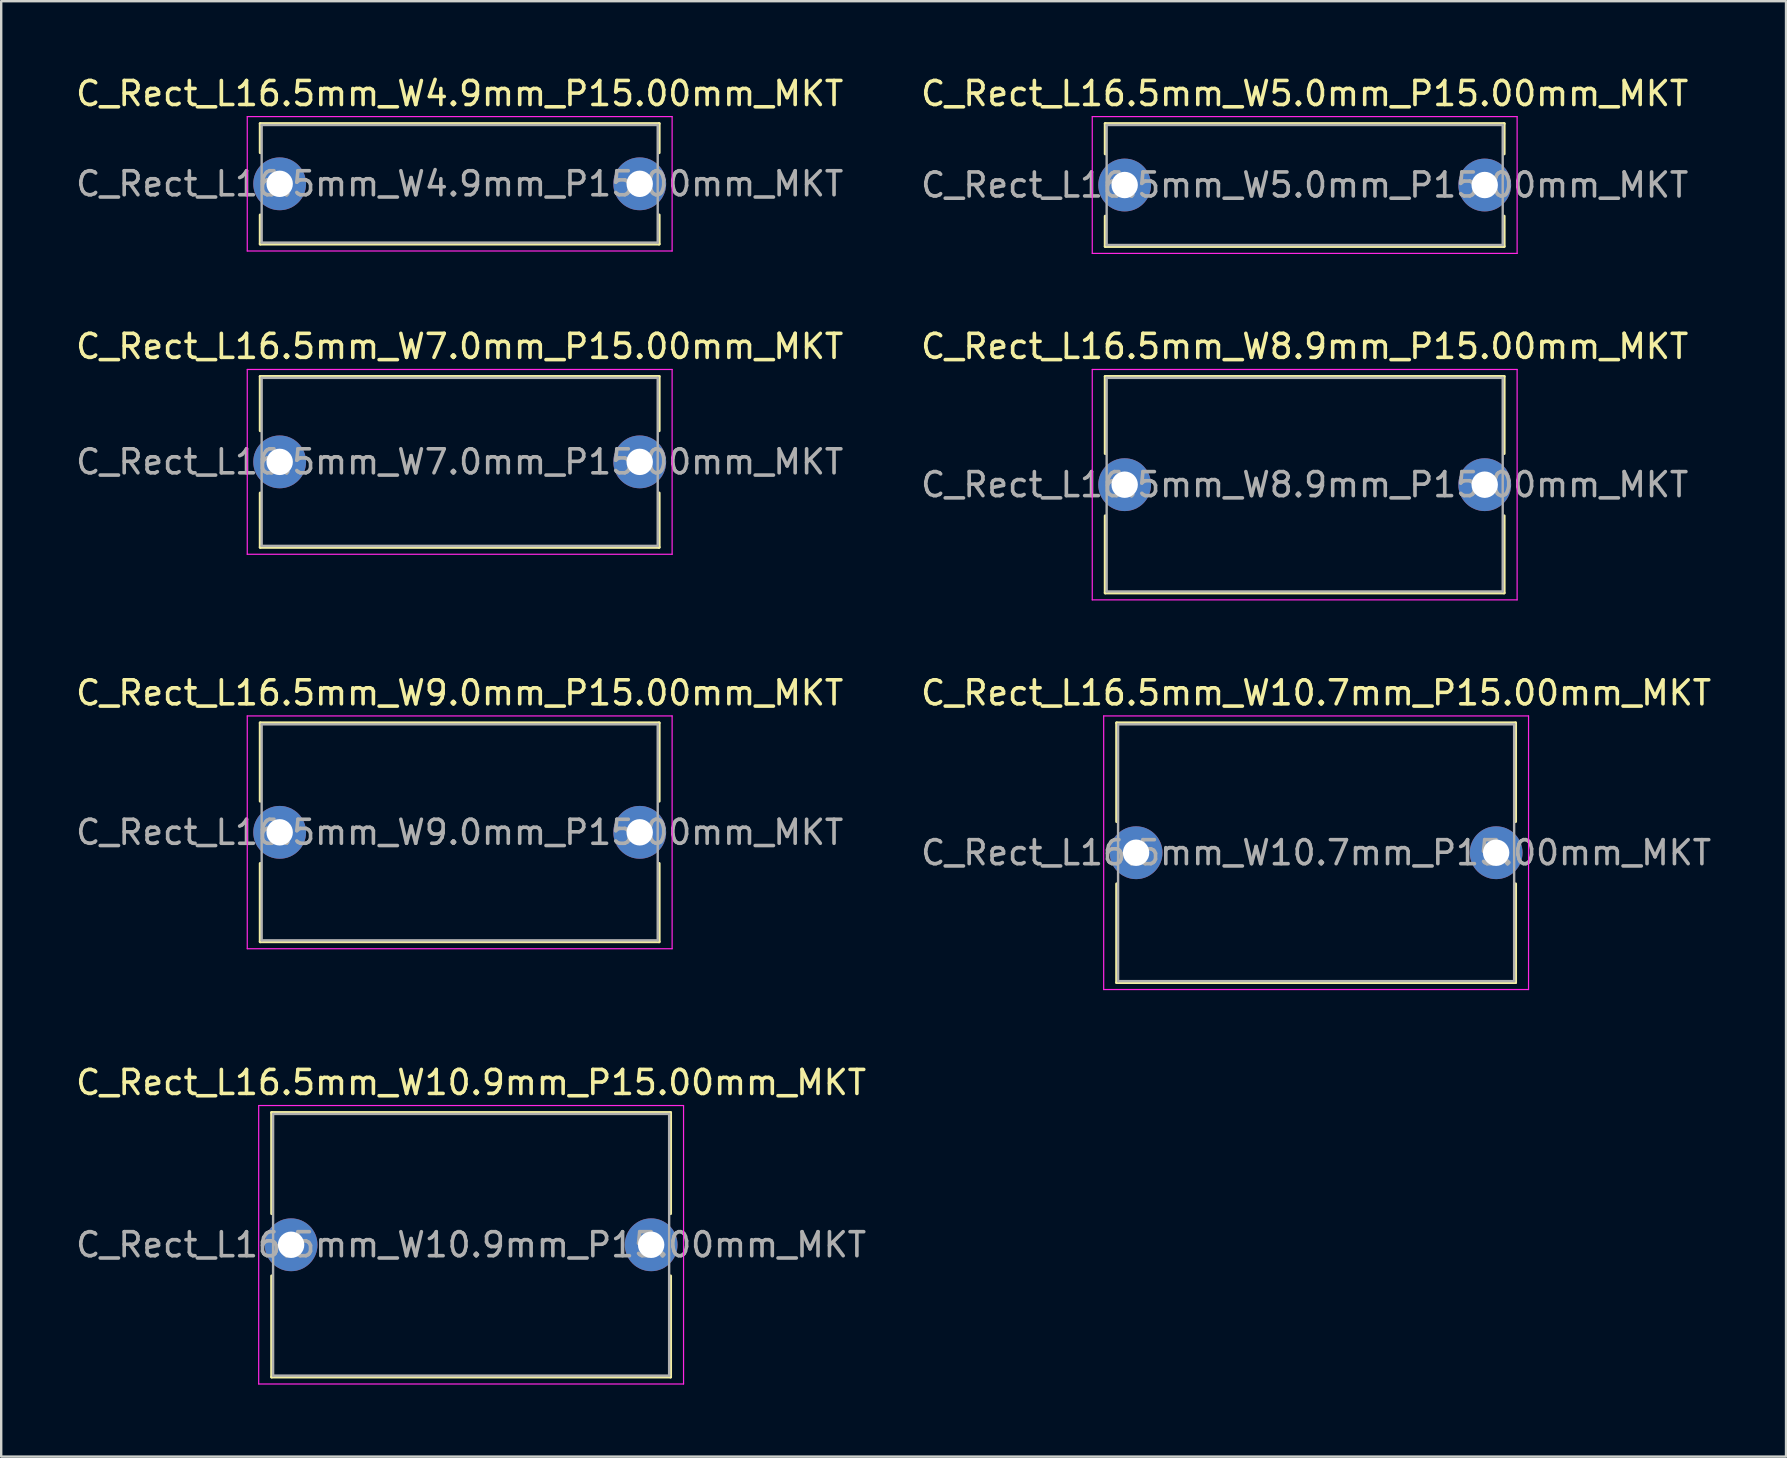
<source format=kicad_pcb>
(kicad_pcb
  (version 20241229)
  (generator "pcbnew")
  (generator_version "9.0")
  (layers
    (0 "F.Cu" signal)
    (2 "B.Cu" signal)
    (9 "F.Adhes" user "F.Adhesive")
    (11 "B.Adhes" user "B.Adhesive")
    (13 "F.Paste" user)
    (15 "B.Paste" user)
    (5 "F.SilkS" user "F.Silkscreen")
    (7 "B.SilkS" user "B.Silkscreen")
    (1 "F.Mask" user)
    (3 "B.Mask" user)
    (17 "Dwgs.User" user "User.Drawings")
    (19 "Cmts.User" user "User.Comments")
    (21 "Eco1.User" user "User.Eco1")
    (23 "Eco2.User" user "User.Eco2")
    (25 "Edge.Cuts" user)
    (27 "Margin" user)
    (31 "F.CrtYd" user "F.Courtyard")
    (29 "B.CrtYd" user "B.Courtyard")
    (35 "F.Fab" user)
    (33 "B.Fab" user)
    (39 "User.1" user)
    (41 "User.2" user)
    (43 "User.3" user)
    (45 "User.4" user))
  (footprint "C_Rect_L16.5mm_W5.0mm_P15.00mm_MKT"
    (layer "F.Cu")
    (at 43.804 4.658)
    (property "Reference" "C_Rect_L16.5mm_W5.0mm_P15.00mm_MKT" (at 7.5 -3.81 0) (layer "F.SilkS") (effects (font (size 1 1) (thickness 0.15))))
    (attr through_hole)
    (fp_line (start -0.81 -2.56) (end -0.81 -1.296) (stroke (width 0.12) (type solid)) (layer "F.SilkS"))
    (fp_line (start -0.81 -2.56) (end 15.81 -2.56) (stroke (width 0.12) (type solid)) (layer "F.SilkS"))
    (fp_line (start -0.81 1.296) (end -0.81 2.56) (stroke (width 0.12) (type solid)) (layer "F.SilkS"))
    (fp_line (start -0.81 2.56) (end 15.81 2.56) (stroke (width 0.12) (type solid)) (layer "F.SilkS"))
    (fp_line (start 15.81 -2.56) (end 15.81 -1.296) (stroke (width 0.12) (type solid)) (layer "F.SilkS"))
    (fp_line (start 15.81 1.296) (end 15.81 2.56) (stroke (width 0.12) (type solid)) (layer "F.SilkS"))
    (fp_line (start -1.35 -2.85) (end -1.35 2.85) (stroke (width 0.05) (type solid)) (layer "F.CrtYd"))
    (fp_line (start -1.35 2.85) (end 16.35 2.85) (stroke (width 0.05) (type solid)) (layer "F.CrtYd"))
    (fp_line (start 16.35 -2.85) (end -1.35 -2.85) (stroke (width 0.05) (type solid)) (layer "F.CrtYd"))
    (fp_line (start 16.35 2.85) (end 16.35 -2.85) (stroke (width 0.05) (type solid)) (layer "F.CrtYd"))
    (fp_line (start -0.75 -2.5) (end -0.75 2.5) (stroke (width 0.1) (type solid)) (layer "F.Fab"))
    (fp_line (start -0.75 2.5) (end 15.75 2.5) (stroke (width 0.1) (type solid)) (layer "F.Fab"))
    (fp_line (start 15.75 -2.5) (end -0.75 -2.5) (stroke (width 0.1) (type solid)) (layer "F.Fab"))
    (fp_line (start 15.75 2.5) (end 15.75 -2.5) (stroke (width 0.1) (type solid)) (layer "F.Fab"))
    (fp_text user "${REFERENCE}" (at 7.5 0 0) (layer "F.Fab") (effects (font (size 1 1) (thickness 0.15))))
    (pad "1" thru_hole circle (at 0 0) (size 2.2 2.2) (drill 1.1) (layers "*.Cu" "*.Mask"))
    (pad "2" thru_hole circle (at 15 0) (size 2.2 2.2) (drill 1.1) (layers "*.Cu" "*.Mask")))
  (footprint "C_Rect_L16.5mm_W9.0mm_P15.00mm_MKT"
    (layer "F.Cu")
    (at 8.601 31.625)
    (property "Reference" "C_Rect_L16.5mm_W9.0mm_P15.00mm_MKT" (at 7.5 -5.81 0) (layer "F.SilkS") (effects (font (size 1 1) (thickness 0.15))))
    (attr through_hole)
    (fp_line (start -0.81 -4.56) (end -0.81 -1.296) (stroke (width 0.12) (type solid)) (layer "F.SilkS"))
    (fp_line (start -0.81 -4.56) (end 15.81 -4.56) (stroke (width 0.12) (type solid)) (layer "F.SilkS"))
    (fp_line (start -0.81 1.296) (end -0.81 4.56) (stroke (width 0.12) (type solid)) (layer "F.SilkS"))
    (fp_line (start -0.81 4.56) (end 15.81 4.56) (stroke (width 0.12) (type solid)) (layer "F.SilkS"))
    (fp_line (start 15.81 -4.56) (end 15.81 -1.296) (stroke (width 0.12) (type solid)) (layer "F.SilkS"))
    (fp_line (start 15.81 1.296) (end 15.81 4.56) (stroke (width 0.12) (type solid)) (layer "F.SilkS"))
    (fp_line (start -1.35 -4.85) (end -1.35 4.85) (stroke (width 0.05) (type solid)) (layer "F.CrtYd"))
    (fp_line (start -1.35 4.85) (end 16.35 4.85) (stroke (width 0.05) (type solid)) (layer "F.CrtYd"))
    (fp_line (start 16.35 -4.85) (end -1.35 -4.85) (stroke (width 0.05) (type solid)) (layer "F.CrtYd"))
    (fp_line (start 16.35 4.85) (end 16.35 -4.85) (stroke (width 0.05) (type solid)) (layer "F.CrtYd"))
    (fp_line (start -0.75 -4.5) (end -0.75 4.5) (stroke (width 0.1) (type solid)) (layer "F.Fab"))
    (fp_line (start -0.75 4.5) (end 15.75 4.5) (stroke (width 0.1) (type solid)) (layer "F.Fab"))
    (fp_line (start 15.75 -4.5) (end -0.75 -4.5) (stroke (width 0.1) (type solid)) (layer "F.Fab"))
    (fp_line (start 15.75 4.5) (end 15.75 -4.5) (stroke (width 0.1) (type solid)) (layer "F.Fab"))
    (fp_text user "${REFERENCE}" (at 7.5 0 0) (layer "F.Fab") (effects (font (size 1 1) (thickness 0.15))))
    (pad "1" thru_hole circle (at 0 0) (size 2.2 2.2) (drill 1.1) (layers "*.Cu" "*.Mask"))
    (pad "2" thru_hole circle (at 15 0) (size 2.2 2.2) (drill 1.1) (layers "*.Cu" "*.Mask")))
  (footprint "C_Rect_L16.5mm_W10.9mm_P15.00mm_MKT"
    (layer "F.Cu")
    (at 9.077 48.808)
    (property "Reference" "C_Rect_L16.5mm_W10.9mm_P15.00mm_MKT" (at 7.5 -6.76 0) (layer "F.SilkS") (effects (font (size 1 1) (thickness 0.15))))
    (attr through_hole)
    (fp_line (start -0.81 -5.51) (end -0.81 -1.296) (stroke (width 0.12) (type solid)) (layer "F.SilkS"))
    (fp_line (start -0.81 -5.51) (end 15.81 -5.51) (stroke (width 0.12) (type solid)) (layer "F.SilkS"))
    (fp_line (start -0.81 1.296) (end -0.81 5.51) (stroke (width 0.12) (type solid)) (layer "F.SilkS"))
    (fp_line (start -0.81 5.51) (end 15.81 5.51) (stroke (width 0.12) (type solid)) (layer "F.SilkS"))
    (fp_line (start 15.81 -5.51) (end 15.81 -1.296) (stroke (width 0.12) (type solid)) (layer "F.SilkS"))
    (fp_line (start 15.81 1.296) (end 15.81 5.51) (stroke (width 0.12) (type solid)) (layer "F.SilkS"))
    (fp_line (start -1.35 -5.8) (end -1.35 5.8) (stroke (width 0.05) (type solid)) (layer "F.CrtYd"))
    (fp_line (start -1.35 5.8) (end 16.35 5.8) (stroke (width 0.05) (type solid)) (layer "F.CrtYd"))
    (fp_line (start 16.35 -5.8) (end -1.35 -5.8) (stroke (width 0.05) (type solid)) (layer "F.CrtYd"))
    (fp_line (start 16.35 5.8) (end 16.35 -5.8) (stroke (width 0.05) (type solid)) (layer "F.CrtYd"))
    (fp_line (start -0.75 -5.45) (end -0.75 5.45) (stroke (width 0.1) (type solid)) (layer "F.Fab"))
    (fp_line (start -0.75 5.45) (end 15.75 5.45) (stroke (width 0.1) (type solid)) (layer "F.Fab"))
    (fp_line (start 15.75 -5.45) (end -0.75 -5.45) (stroke (width 0.1) (type solid)) (layer "F.Fab"))
    (fp_line (start 15.75 5.45) (end 15.75 -5.45) (stroke (width 0.1) (type solid)) (layer "F.Fab"))
    (fp_text user "${REFERENCE}" (at 7.5 0 0) (layer "F.Fab") (effects (font (size 1 1) (thickness 0.15))))
    (pad "1" thru_hole circle (at 0 0) (size 2.2 2.2) (drill 1.1) (layers "*.Cu" "*.Mask"))
    (pad "2" thru_hole circle (at 15 0) (size 2.2 2.2) (drill 1.1) (layers "*.Cu" "*.Mask")))
  (footprint "C_Rect_L16.5mm_W8.9mm_P15.00mm_MKT"
    (layer "F.Cu")
    (at 43.804 17.142)
    (property "Reference" "C_Rect_L16.5mm_W8.9mm_P15.00mm_MKT" (at 7.5 -5.76 0) (layer "F.SilkS") (effects (font (size 1 1) (thickness 0.15))))
    (attr through_hole)
    (fp_line (start -0.81 -4.51) (end -0.81 -1.296) (stroke (width 0.12) (type solid)) (layer "F.SilkS"))
    (fp_line (start -0.81 -4.51) (end 15.81 -4.51) (stroke (width 0.12) (type solid)) (layer "F.SilkS"))
    (fp_line (start -0.81 1.296) (end -0.81 4.51) (stroke (width 0.12) (type solid)) (layer "F.SilkS"))
    (fp_line (start -0.81 4.51) (end 15.81 4.51) (stroke (width 0.12) (type solid)) (layer "F.SilkS"))
    (fp_line (start 15.81 -4.51) (end 15.81 -1.296) (stroke (width 0.12) (type solid)) (layer "F.SilkS"))
    (fp_line (start 15.81 1.296) (end 15.81 4.51) (stroke (width 0.12) (type solid)) (layer "F.SilkS"))
    (fp_line (start -1.35 -4.8) (end -1.35 4.8) (stroke (width 0.05) (type solid)) (layer "F.CrtYd"))
    (fp_line (start -1.35 4.8) (end 16.35 4.8) (stroke (width 0.05) (type solid)) (layer "F.CrtYd"))
    (fp_line (start 16.35 -4.8) (end -1.35 -4.8) (stroke (width 0.05) (type solid)) (layer "F.CrtYd"))
    (fp_line (start 16.35 4.8) (end 16.35 -4.8) (stroke (width 0.05) (type solid)) (layer "F.CrtYd"))
    (fp_line (start -0.75 -4.45) (end -0.75 4.45) (stroke (width 0.1) (type solid)) (layer "F.Fab"))
    (fp_line (start -0.75 4.45) (end 15.75 4.45) (stroke (width 0.1) (type solid)) (layer "F.Fab"))
    (fp_line (start 15.75 -4.45) (end -0.75 -4.45) (stroke (width 0.1) (type solid)) (layer "F.Fab"))
    (fp_line (start 15.75 4.45) (end 15.75 -4.45) (stroke (width 0.1) (type solid)) (layer "F.Fab"))
    (fp_text user "${REFERENCE}" (at 7.5 0 0) (layer "F.Fab") (effects (font (size 1 1) (thickness 0.15))))
    (pad "1" thru_hole circle (at 0 0) (size 2.2 2.2) (drill 1.1) (layers "*.Cu" "*.Mask"))
    (pad "2" thru_hole circle (at 15 0) (size 2.2 2.2) (drill 1.1) (layers "*.Cu" "*.Mask")))
  (footprint "C_Rect_L16.5mm_W4.9mm_P15.00mm_MKT"
    (layer "F.Cu")
    (at 8.601 4.608)
    (property "Reference" "C_Rect_L16.5mm_W4.9mm_P15.00mm_MKT" (at 7.5 -3.76 0) (layer "F.SilkS") (effects (font (size 1 1) (thickness 0.15))))
    (attr through_hole)
    (fp_line (start -0.81 -2.51) (end -0.81 -1.296) (stroke (width 0.12) (type solid)) (layer "F.SilkS"))
    (fp_line (start -0.81 -2.51) (end 15.81 -2.51) (stroke (width 0.12) (type solid)) (layer "F.SilkS"))
    (fp_line (start -0.81 1.296) (end -0.81 2.51) (stroke (width 0.12) (type solid)) (layer "F.SilkS"))
    (fp_line (start -0.81 2.51) (end 15.81 2.51) (stroke (width 0.12) (type solid)) (layer "F.SilkS"))
    (fp_line (start 15.81 -2.51) (end 15.81 -1.296) (stroke (width 0.12) (type solid)) (layer "F.SilkS"))
    (fp_line (start 15.81 1.296) (end 15.81 2.51) (stroke (width 0.12) (type solid)) (layer "F.SilkS"))
    (fp_line (start -1.35 -2.8) (end -1.35 2.8) (stroke (width 0.05) (type solid)) (layer "F.CrtYd"))
    (fp_line (start -1.35 2.8) (end 16.35 2.8) (stroke (width 0.05) (type solid)) (layer "F.CrtYd"))
    (fp_line (start 16.35 -2.8) (end -1.35 -2.8) (stroke (width 0.05) (type solid)) (layer "F.CrtYd"))
    (fp_line (start 16.35 2.8) (end 16.35 -2.8) (stroke (width 0.05) (type solid)) (layer "F.CrtYd"))
    (fp_line (start -0.75 -2.45) (end -0.75 2.45) (stroke (width 0.1) (type solid)) (layer "F.Fab"))
    (fp_line (start -0.75 2.45) (end 15.75 2.45) (stroke (width 0.1) (type solid)) (layer "F.Fab"))
    (fp_line (start 15.75 -2.45) (end -0.75 -2.45) (stroke (width 0.1) (type solid)) (layer "F.Fab"))
    (fp_line (start 15.75 2.45) (end 15.75 -2.45) (stroke (width 0.1) (type solid)) (layer "F.Fab"))
    (fp_text user "${REFERENCE}" (at 7.5 0 0) (layer "F.Fab") (effects (font (size 1 1) (thickness 0.15))))
    (pad "1" thru_hole circle (at 0 0) (size 2.2 2.2) (drill 1.1) (layers "*.Cu" "*.Mask"))
    (pad "2" thru_hole circle (at 15 0) (size 2.2 2.2) (drill 1.1) (layers "*.Cu" "*.Mask")))
  (footprint "C_Rect_L16.5mm_W7.0mm_P15.00mm_MKT"
    (layer "F.Cu")
    (at 8.601 16.192)
    (property "Reference" "C_Rect_L16.5mm_W7.0mm_P15.00mm_MKT" (at 7.5 -4.81 0) (layer "F.SilkS") (effects (font (size 1 1) (thickness 0.15))))
    (attr through_hole)
    (fp_line (start -0.81 -3.56) (end -0.81 -1.296) (stroke (width 0.12) (type solid)) (layer "F.SilkS"))
    (fp_line (start -0.81 -3.56) (end 15.81 -3.56) (stroke (width 0.12) (type solid)) (layer "F.SilkS"))
    (fp_line (start -0.81 1.296) (end -0.81 3.56) (stroke (width 0.12) (type solid)) (layer "F.SilkS"))
    (fp_line (start -0.81 3.56) (end 15.81 3.56) (stroke (width 0.12) (type solid)) (layer "F.SilkS"))
    (fp_line (start 15.81 -3.56) (end 15.81 -1.296) (stroke (width 0.12) (type solid)) (layer "F.SilkS"))
    (fp_line (start 15.81 1.296) (end 15.81 3.56) (stroke (width 0.12) (type solid)) (layer "F.SilkS"))
    (fp_line (start -1.35 -3.85) (end -1.35 3.85) (stroke (width 0.05) (type solid)) (layer "F.CrtYd"))
    (fp_line (start -1.35 3.85) (end 16.35 3.85) (stroke (width 0.05) (type solid)) (layer "F.CrtYd"))
    (fp_line (start 16.35 -3.85) (end -1.35 -3.85) (stroke (width 0.05) (type solid)) (layer "F.CrtYd"))
    (fp_line (start 16.35 3.85) (end 16.35 -3.85) (stroke (width 0.05) (type solid)) (layer "F.CrtYd"))
    (fp_line (start -0.75 -3.5) (end -0.75 3.5) (stroke (width 0.1) (type solid)) (layer "F.Fab"))
    (fp_line (start -0.75 3.5) (end 15.75 3.5) (stroke (width 0.1) (type solid)) (layer "F.Fab"))
    (fp_line (start 15.75 -3.5) (end -0.75 -3.5) (stroke (width 0.1) (type solid)) (layer "F.Fab"))
    (fp_line (start 15.75 3.5) (end 15.75 -3.5) (stroke (width 0.1) (type solid)) (layer "F.Fab"))
    (fp_text user "${REFERENCE}" (at 7.5 0 0) (layer "F.Fab") (effects (font (size 1 1) (thickness 0.15))))
    (pad "1" thru_hole circle (at 0 0) (size 2.2 2.2) (drill 1.1) (layers "*.Cu" "*.Mask"))
    (pad "2" thru_hole circle (at 15 0) (size 2.2 2.2) (drill 1.1) (layers "*.Cu" "*.Mask")))
  (footprint "C_Rect_L16.5mm_W10.7mm_P15.00mm_MKT"
    (layer "F.Cu")
    (at 44.28 32.475)
    (property "Reference" "C_Rect_L16.5mm_W10.7mm_P15.00mm_MKT" (at 7.5 -6.66 0) (layer "F.SilkS") (effects (font (size 1 1) (thickness 0.15))))
    (attr through_hole)
    (fp_line (start -0.81 -5.41) (end -0.81 -1.296) (stroke (width 0.12) (type solid)) (layer "F.SilkS"))
    (fp_line (start -0.81 -5.41) (end 15.81 -5.41) (stroke (width 0.12) (type solid)) (layer "F.SilkS"))
    (fp_line (start -0.81 1.296) (end -0.81 5.41) (stroke (width 0.12) (type solid)) (layer "F.SilkS"))
    (fp_line (start -0.81 5.41) (end 15.81 5.41) (stroke (width 0.12) (type solid)) (layer "F.SilkS"))
    (fp_line (start 15.81 -5.41) (end 15.81 -1.296) (stroke (width 0.12) (type solid)) (layer "F.SilkS"))
    (fp_line (start 15.81 1.296) (end 15.81 5.41) (stroke (width 0.12) (type solid)) (layer "F.SilkS"))
    (fp_line (start -1.35 -5.7) (end -1.35 5.7) (stroke (width 0.05) (type solid)) (layer "F.CrtYd"))
    (fp_line (start -1.35 5.7) (end 16.35 5.7) (stroke (width 0.05) (type solid)) (layer "F.CrtYd"))
    (fp_line (start 16.35 -5.7) (end -1.35 -5.7) (stroke (width 0.05) (type solid)) (layer "F.CrtYd"))
    (fp_line (start 16.35 5.7) (end 16.35 -5.7) (stroke (width 0.05) (type solid)) (layer "F.CrtYd"))
    (fp_line (start -0.75 -5.35) (end -0.75 5.35) (stroke (width 0.1) (type solid)) (layer "F.Fab"))
    (fp_line (start -0.75 5.35) (end 15.75 5.35) (stroke (width 0.1) (type solid)) (layer "F.Fab"))
    (fp_line (start 15.75 -5.35) (end -0.75 -5.35) (stroke (width 0.1) (type solid)) (layer "F.Fab"))
    (fp_line (start 15.75 5.35) (end 15.75 -5.35) (stroke (width 0.1) (type solid)) (layer "F.Fab"))
    (fp_text user "${REFERENCE}" (at 7.5 0 0) (layer "F.Fab") (effects (font (size 1 1) (thickness 0.15))))
    (pad "1" thru_hole circle (at 0 0) (size 2.2 2.2) (drill 1.1) (layers "*.Cu" "*.Mask"))
    (pad "2" thru_hole circle (at 15 0) (size 2.2 2.2) (drill 1.1) (layers "*.Cu" "*.Mask")))
  (gr_rect
    (start -3 -3)
    (end 71.357 57.633)
    (stroke (width 0.1) (type default))
    (fill no)
    (layer "Edge.Cuts")))
</source>
